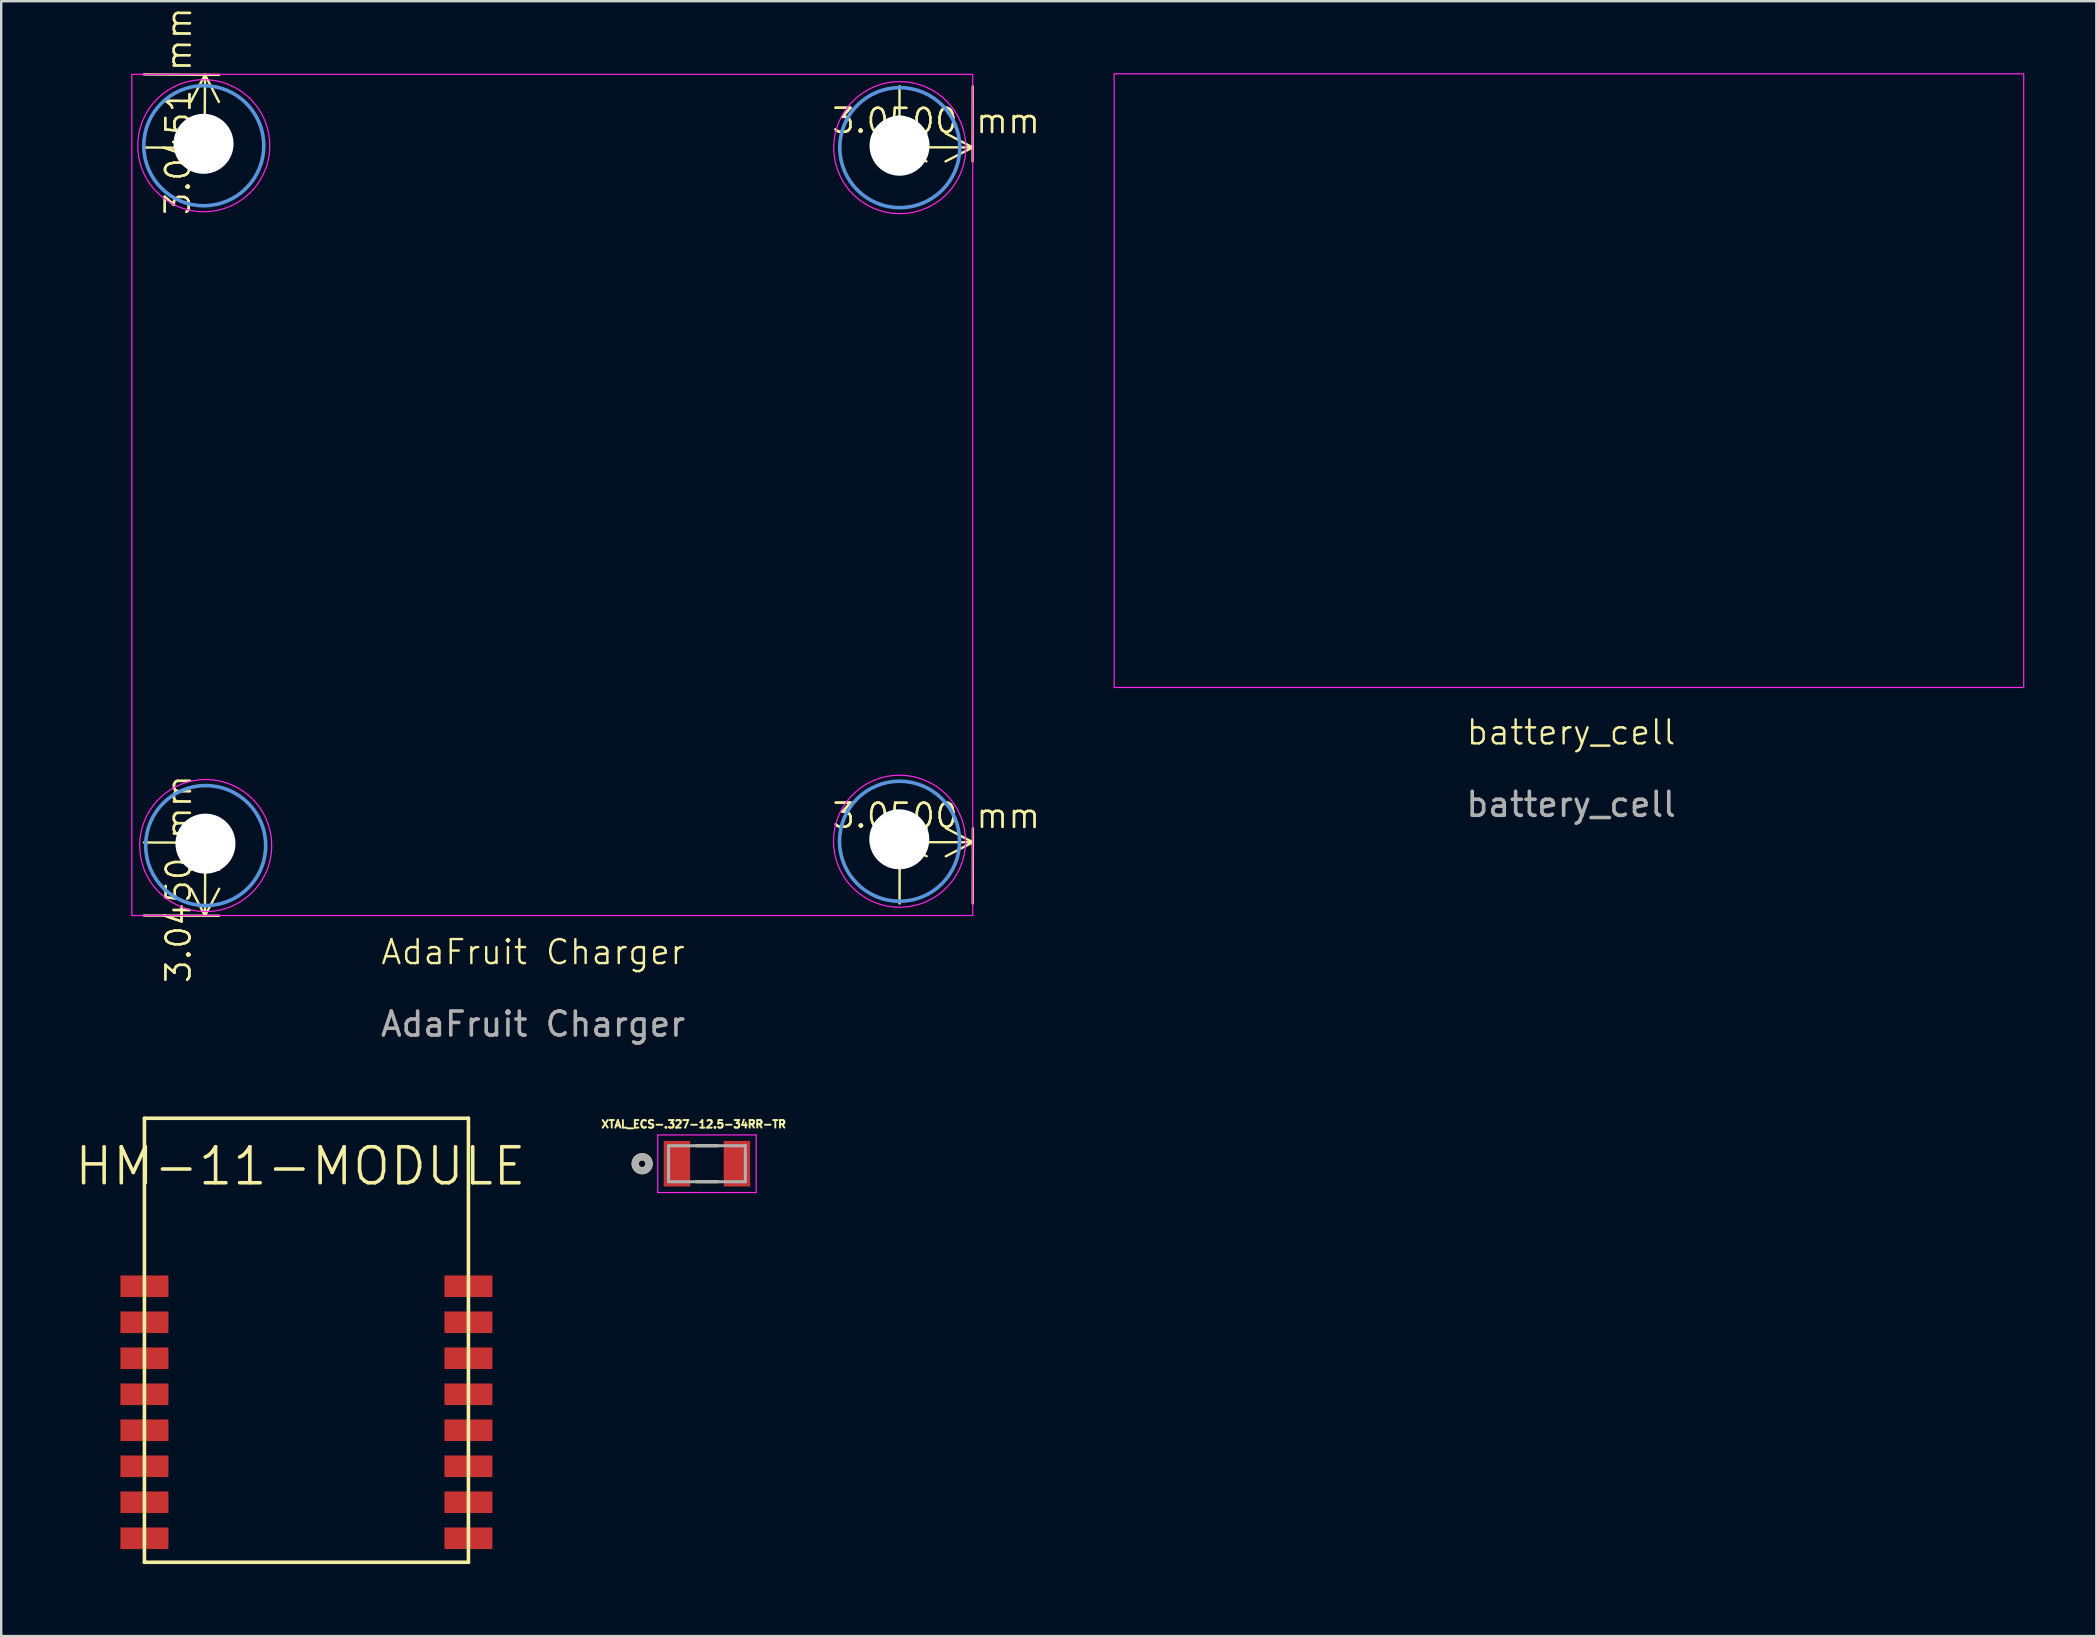
<source format=kicad_pcb>
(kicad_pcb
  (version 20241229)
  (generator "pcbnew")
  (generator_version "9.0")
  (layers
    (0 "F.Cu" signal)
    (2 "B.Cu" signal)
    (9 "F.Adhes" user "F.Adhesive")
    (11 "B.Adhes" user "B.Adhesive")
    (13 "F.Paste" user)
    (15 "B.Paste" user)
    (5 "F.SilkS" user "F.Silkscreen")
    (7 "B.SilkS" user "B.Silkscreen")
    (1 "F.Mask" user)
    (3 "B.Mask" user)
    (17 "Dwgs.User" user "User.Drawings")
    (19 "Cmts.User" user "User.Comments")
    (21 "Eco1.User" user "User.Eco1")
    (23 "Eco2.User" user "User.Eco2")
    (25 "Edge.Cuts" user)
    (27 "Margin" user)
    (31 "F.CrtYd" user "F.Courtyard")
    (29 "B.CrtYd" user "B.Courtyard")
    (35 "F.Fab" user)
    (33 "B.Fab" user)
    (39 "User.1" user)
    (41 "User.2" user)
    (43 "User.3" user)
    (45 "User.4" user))
  (footprint "battery_cell"
    (layer "F.Cu")
    (at 62.412 27.965)
    (property "Reference" "battery_cell" (at 0 -0.5 0) (unlocked yes) (layer "F.SilkS") (effects (font (size 1 1) (thickness 0.1))))
    (attr smd)
    (fp_rect (start -19.04 -27.94) (end 18.86 -2.37) (stroke (width 0.05) (type default)) (fill no) (layer "F.CrtYd"))
    (fp_text user "${REFERENCE}" (at 0 2.5 0) (unlocked yes) (layer "F.Fab") (effects (font (size 1 1) (thickness 0.15)))))
  (footprint "AdaFruit Charger"
    (layer "F.Cu")
    (at 19.161 37.122)
    (property "Reference" "AdaFruit Charger" (at 0 -0.5 0) (unlocked yes) (layer "F.SilkS") (effects (font (size 1 1) (thickness 0.1))))
    (attr smd)
    (fp_circle (center -13.72 -34.1) (end -11.22 -34.1) (stroke (width 0.15) (type solid)) (fill no) (layer "Cmts.User"))
    (fp_circle (center -13.64 -4.94) (end -11.14 -4.94) (stroke (width 0.15) (type solid)) (fill no) (layer "Cmts.User"))
    (fp_circle (center 15.27 -5.12) (end 17.77 -5.12) (stroke (width 0.15) (type solid)) (fill no) (layer "Cmts.User"))
    (fp_circle (center 15.28 -34.02) (end 17.78 -34.02) (stroke (width 0.15) (type solid)) (fill no) (layer "Cmts.User"))
    (fp_rect (start -16.72 -37.075) (end 18.32 -2.025) (stroke (width 0.05) (type default)) (fill no) (layer "F.CrtYd"))
    (fp_circle (center -13.72 -34.1) (end -10.97 -34.1) (stroke (width 0.05) (type solid)) (fill no) (layer "F.CrtYd"))
    (fp_circle (center -13.64 -4.94) (end -10.89 -4.94) (stroke (width 0.05) (type solid)) (fill no) (layer "F.CrtYd"))
    (fp_circle (center 15.27 -5.12) (end 18.02 -5.12) (stroke (width 0.05) (type solid)) (fill no) (layer "F.CrtYd"))
    (fp_circle (center 15.28 -34.02) (end 18.03 -34.02) (stroke (width 0.05) (type solid)) (fill no) (layer "F.CrtYd"))
    (fp_text user "${REFERENCE}" (at 0 2.5 0) (unlocked yes) (layer "F.Fab") (effects (font (size 1 1) (thickness 0.15))))
    (dimension (type aligned) (layer "F.SilkS") (pts (xy 2.441 35.097) (xy 2.451 32.052)) (height 3.05) (format (prefix "") (suffix "") (units 3) (units_format 1) (precision 4)) (style (thickness 0.1) (arrow_length 1.27) (text_position_mode 0) (arrow_direction outward) (extension_height 0.586) (extension_offset 0.5) (keep_text_aligned yes)) (gr_text "3.0450 mm" (at 4.396 33.581 89.812) (layer "F.SilkS") (effects (font (size 1 1) (thickness 0.1)))))
    (dimension (type aligned) (layer "F.SilkS") (pts (xy 37.481 0.047) (xy 34.431 0.042)) (height -3.044) (format (prefix "") (suffix "") (units 3) (units_format 1) (precision 4)) (style (thickness 0.1) (arrow_length 1.27) (text_position_mode 0) (arrow_direction outward) (extension_height 0.586) (extension_offset 0.5) (keep_text_aligned yes)) (gr_text "3.0500 mm" (at 35.953 1.989 -0.094) (layer "F.SilkS") (effects (font (size 1 1) (thickness 0.1)))))
    (dimension (type aligned) (layer "F.SilkS") (pts (xy 2.441 0.047) (xy 2.421 3.092)) (height -3.052) (format (prefix "") (suffix "") (units 3) (units_format 1) (precision 4)) (style (thickness 0.1) (arrow_length 1.27) (text_position_mode 0) (arrow_direction outward) (extension_height 0.586) (extension_offset 0.5) (keep_text_aligned yes)) (gr_text "3.0451 mm" (at 4.383 1.582 89.624) (layer "F.SilkS") (effects (font (size 1 1) (thickness 0.1)))))
    (dimension (type aligned) (layer "F.SilkS") (pts (xy 37.481 35.097) (xy 34.431 35.092)) (height 3.053) (format (prefix "") (suffix "") (units 3) (units_format 1) (precision 4)) (style (thickness 0.1) (arrow_length 1.27) (text_position_mode 0) (arrow_direction outward) (extension_height 0.586) (extension_offset 0.5) (keep_text_aligned yes)) (gr_text "3.0500 mm" (at 35.963 30.941 -0.094) (layer "F.SilkS") (effects (font (size 1 1) (thickness 0.1)))))
    (pad "" np_thru_hole circle (at -13.73 -34.18) (size 2.5 2.5) (drill 2.5) (layers "*.Cu" "*.Mask"))
    (pad "" np_thru_hole circle (at -13.65 -5.02) (size 2.5 2.5) (drill 2.5) (layers "*.Cu" "*.Mask"))
    (pad "" np_thru_hole circle (at 15.26 -5.2) (size 2.5 2.5) (drill 2.5) (layers "*.Cu" "*.Mask"))
    (pad "" np_thru_hole circle (at 15.27 -34.1) (size 2.5 2.5) (drill 2.5) (layers "*.Cu" "*.Mask")))
  (footprint "HM-11-MODULE"
    (layer "F.Cu")
    (at 9.718 53.295)
    (property "Reference" "HM-11-MODULE" (at -0.25 -7.75 0) (layer "F.SilkS") (effects (font (size 1.5 1.5) (thickness 0.15))))
    (attr through_hole)
    (fp_line (start -6.75 -9.75) (end 6.75 -9.75) (stroke (width 0.15) (type solid)) (layer "F.SilkS"))
    (fp_line (start -6.75 8.75) (end -6.75 -9.75) (stroke (width 0.15) (type solid)) (layer "F.SilkS"))
    (fp_line (start 6.75 -9.75) (end 6.75 8.75) (stroke (width 0.15) (type solid)) (layer "F.SilkS"))
    (fp_line (start 6.75 8.75) (end -6.75 8.75) (stroke (width 0.15) (type solid)) (layer "F.SilkS"))
    (pad "1" smd rect (at -6.75 -2.75) (size 2 0.9) (layers "F.Cu" "F.Mask" "F.Paste"))
    (pad "2" smd rect (at -6.75 -1.25) (size 2 0.9) (layers "F.Cu" "F.Mask" "F.Paste"))
    (pad "3" smd rect (at -6.75 0.25) (size 2 0.9) (layers "F.Cu" "F.Mask" "F.Paste"))
    (pad "4" smd rect (at -6.75 1.75) (size 2 0.9) (layers "F.Cu" "F.Mask" "F.Paste"))
    (pad "5" smd rect (at -6.75 3.25) (size 2 0.9) (layers "F.Cu" "F.Mask" "F.Paste"))
    (pad "6" smd rect (at -6.75 4.75) (size 2 0.9) (layers "F.Cu" "F.Mask" "F.Paste"))
    (pad "7" smd rect (at -6.75 6.25) (size 2 0.9) (layers "F.Cu" "F.Mask" "F.Paste"))
    (pad "8" smd rect (at -6.75 7.75) (size 2 0.9) (layers "F.Cu" "F.Mask" "F.Paste"))
    (pad "9" smd rect (at 6.75 7.75) (size 2 0.9) (layers "F.Cu" "F.Mask" "F.Paste"))
    (pad "10" smd rect (at 6.75 6.25) (size 2 0.9) (layers "F.Cu" "F.Mask" "F.Paste"))
    (pad "11" smd rect (at 6.75 4.75) (size 2 0.9) (layers "F.Cu" "F.Mask" "F.Paste"))
    (pad "12" smd rect (at 6.75 3.25) (size 2 0.9) (layers "F.Cu" "F.Mask" "F.Paste"))
    (pad "13" smd rect (at 6.75 1.75) (size 2 0.9) (layers "F.Cu" "F.Mask" "F.Paste"))
    (pad "14" smd rect (at 6.75 0.25) (size 2 0.9) (layers "F.Cu" "F.Mask" "F.Paste"))
    (pad "15" smd rect (at 6.75 -1.25) (size 2 0.9) (layers "F.Cu" "F.Mask" "F.Paste"))
    (pad "16" smd rect (at 6.75 -2.75) (size 2 0.9) (layers "F.Cu" "F.Mask" "F.Paste")))
  (footprint "XTAL_ECS-.327-12.5-34RR-TR"
    (layer "F.Cu")
    (at 26.406 45.439)
    (property "Reference" "XTAL_ECS-.327-12.5-34RR-TR" (at -0.552 -1.646 0) (layer "F.SilkS") (effects (font (size 0.316 0.316) (thickness 0.15))))
    (attr smd)
    (fp_line (start -0.44 -0.75) (end 0.44 -0.75) (stroke (width 0.127) (type solid)) (layer "F.SilkS"))
    (fp_line (start -0.44 0.75) (end 0.44 0.75) (stroke (width 0.127) (type solid)) (layer "F.SilkS"))
    (fp_circle (center -2.7 0) (end -2.559 0) (stroke (width 0.3) (type solid)) (fill no) (layer "F.SilkS"))
    (fp_line (start -2.05 -1.2) (end -2.05 1.2) (stroke (width 0.05) (type solid)) (layer "F.CrtYd"))
    (fp_line (start -2.05 1.2) (end 2.05 1.2) (stroke (width 0.05) (type solid)) (layer "F.CrtYd"))
    (fp_line (start 2.05 -1.2) (end -2.05 -1.2) (stroke (width 0.05) (type solid)) (layer "F.CrtYd"))
    (fp_line (start 2.05 1.2) (end 2.05 -1.2) (stroke (width 0.05) (type solid)) (layer "F.CrtYd"))
    (fp_line (start -1.6 -0.75) (end -1.6 0.75) (stroke (width 0.127) (type solid)) (layer "F.Fab"))
    (fp_line (start -1.6 0.75) (end 1.6 0.75) (stroke (width 0.127) (type solid)) (layer "F.Fab"))
    (fp_line (start 1.6 -0.75) (end -1.6 -0.75) (stroke (width 0.127) (type solid)) (layer "F.Fab"))
    (fp_line (start 1.6 0.75) (end 1.6 -0.75) (stroke (width 0.127) (type solid)) (layer "F.Fab"))
    (fp_circle (center -2.7 0) (end -2.559 0) (stroke (width 0.3) (type solid)) (fill no) (layer "F.Fab"))
    (pad "1" smd rect (at -1.25 0) (size 1.1 1.9) (layers "F.Cu" "F.Mask" "F.Paste"))
    (pad "2" smd rect (at 1.25 0) (size 1.1 1.9) (layers "F.Cu" "F.Mask" "F.Paste")))
  (gr_rect
    (start -3 -3)
    (end 84.297 65.12)
    (stroke (width 0.1) (type default))
    (fill no)
    (layer "Edge.Cuts")))
</source>
